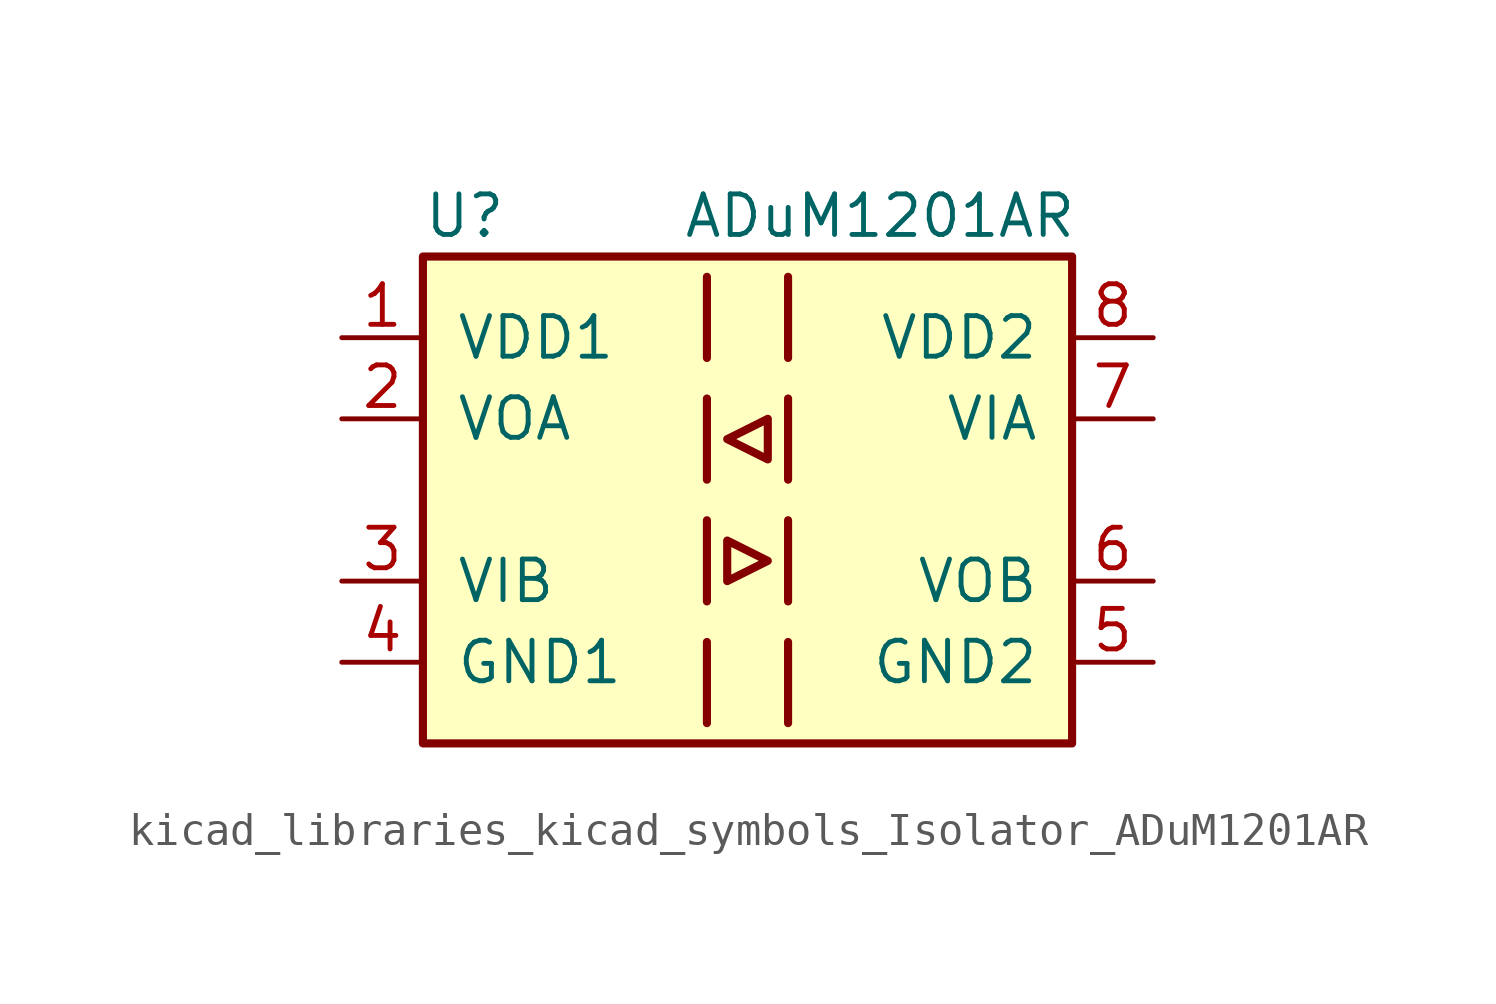
<source format=kicad_sym>
(kicad_symbol_lib
  (version 20220914)
  (generator kicad_symbol_editor)
  (symbol "kicad_libraries_kicad_symbols_Isolator_ADuM1201AR"
    (pin_names
      (offset 1.016))
    (property "Reference" "U"
      (at -10.16 8.89 0)
      (effects (font (size 1.27 1.27)) (justify left)))
    (property "Value" "ADuM1201AR"
      (at -2.032 8.89 0)
      (effects (font (size 1.27 1.27)) (justify left)))
    (symbol "kicad_libraries_kicad_symbols_Isolator_ADuM1201AR_0_1"
      (rectangle (start -10.16 7.62) (end 10.16 -7.62) (stroke (width 0.254) (type default)) (fill (type background)))
      (polyline (pts (xy -1.27 -4.445) (xy -1.27 -6.985)) (stroke (width 0.254) (type default)) (fill (type none)))
      (polyline (pts (xy -1.27 -0.635) (xy -1.27 -3.175)) (stroke (width 0.254) (type default)) (fill (type none)))
      (polyline (pts (xy -1.27 3.175) (xy -1.27 0.635)) (stroke (width 0.254) (type default)) (fill (type none)))
      (polyline (pts (xy -1.27 6.985) (xy -1.27 4.445)) (stroke (width 0.254) (type default)) (fill (type none)))
      (polyline (pts (xy 1.27 -4.445) (xy 1.27 -6.985)) (stroke (width 0.254) (type default)) (fill (type none)))
      (polyline (pts (xy 1.27 -0.635) (xy 1.27 -3.175)) (stroke (width 0.254) (type default)) (fill (type none)))
      (polyline (pts (xy 1.27 3.175) (xy 1.27 0.635)) (stroke (width 0.254) (type default)) (fill (type none)))
      (polyline (pts (xy 1.27 6.985) (xy 1.27 4.445)) (stroke (width 0.254) (type default)) (fill (type none)))
      (polyline (pts (xy -0.635 -1.27) (xy -0.635 -2.54) (xy 0.635 -1.905) (xy -0.635 -1.27)) (stroke (width 0.254) (type default)) (fill (type none)))
      (polyline (pts (xy 0.635 2.54) (xy 0.635 1.27) (xy -0.635 1.905) (xy 0.635 2.54)) (stroke (width 0.254) (type default)) (fill (type none))))
    (symbol "kicad_libraries_kicad_symbols_Isolator_ADuM1201AR_1_1"
      (pin power_in line (at -12.7 5.08 0) (length 2.54) (name "VDD1" (effects (font (size 1.27 1.27)))) (number "1" (effects (font (size 1.27 1.27)))))
      (pin output line (at -12.7 2.54 0) (length 2.54) (name "VOA" (effects (font (size 1.27 1.27)))) (number "2" (effects (font (size 1.27 1.27)))))
      (pin input line (at -12.7 -2.54 0) (length 2.54) (name "VIB" (effects (font (size 1.27 1.27)))) (number "3" (effects (font (size 1.27 1.27)))))
      (pin power_in line (at -12.7 -5.08 0) (length 2.54) (name "GND1" (effects (font (size 1.27 1.27)))) (number "4" (effects (font (size 1.27 1.27)))))
      (pin power_in line (at 12.7 -5.08 180) (length 2.54) (name "GND2" (effects (font (size 1.27 1.27)))) (number "5" (effects (font (size 1.27 1.27)))))
      (pin output line (at 12.7 -2.54 180) (length 2.54) (name "VOB" (effects (font (size 1.27 1.27)))) (number "6" (effects (font (size 1.27 1.27)))))
      (pin input line (at 12.7 2.54 180) (length 2.54) (name "VIA" (effects (font (size 1.27 1.27)))) (number "7" (effects (font (size 1.27 1.27)))))
      (pin power_in line (at 12.7 5.08 180) (length 2.54) (name "VDD2" (effects (font (size 1.27 1.27)))) (number "8" (effects (font (size 1.27 1.27))))))))
</source>
